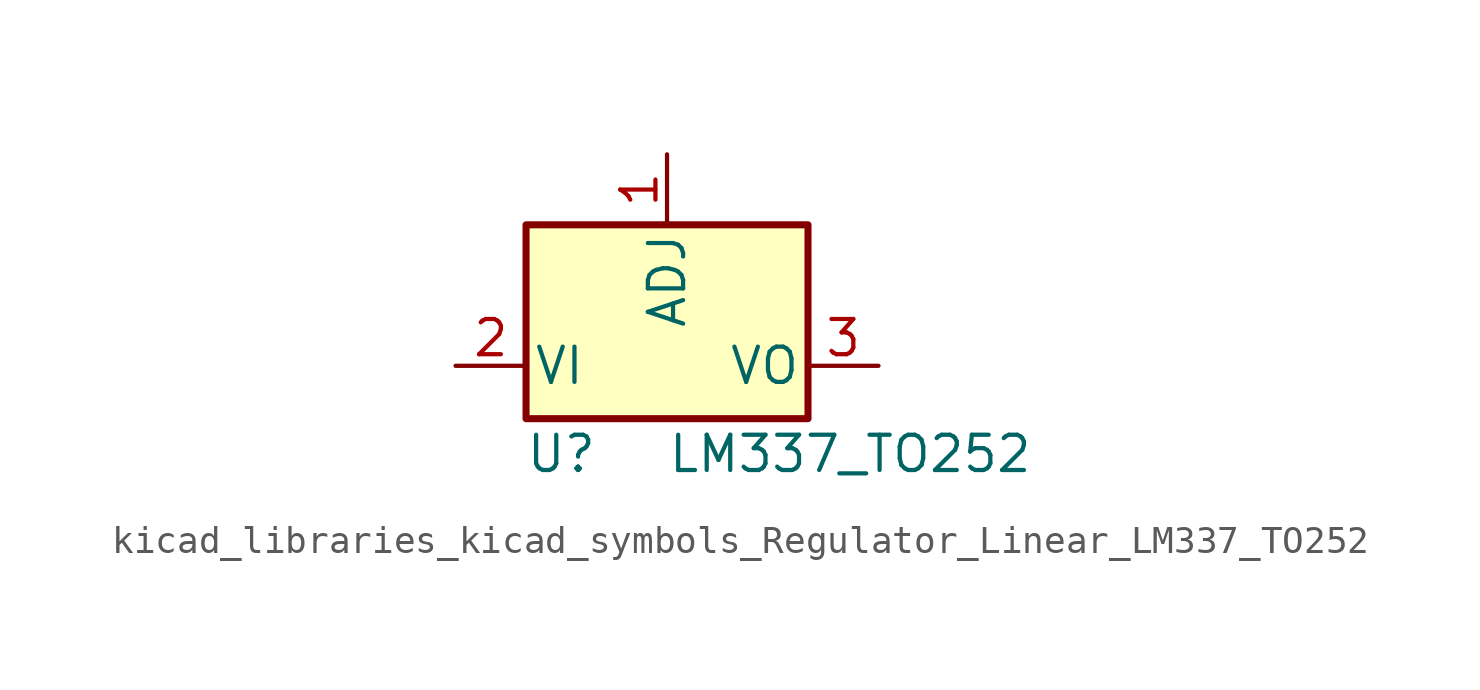
<source format=kicad_sym>
(kicad_symbol_lib
  (version 20220914)
  (generator kicad_symbol_editor)
  (symbol "kicad_libraries_kicad_symbols_Regulator_Linear_LM337_TO252"
    (pin_names
      (offset 0.254))
    (property "Reference" "U"
      (at -3.81 -3.175 0)
      (effects (font (size 1.27 1.27))))
    (property "Value" "LM337_TO252"
      (at 0 -3.175 0)
      (effects (font (size 1.27 1.27)) (justify left)))
    (symbol "kicad_libraries_kicad_symbols_Regulator_Linear_LM337_TO252_0_1"
      (rectangle (start -5.08 5.08) (end 5.08 -1.905) (stroke (width 0.254) (type default)) (fill (type background))))
    (symbol "kicad_libraries_kicad_symbols_Regulator_Linear_LM337_TO252_1_1"
      (pin input line (at 0 7.62 270) (length 2.54) (name "ADJ" (effects (font (size 1.27 1.27)))) (number "1" (effects (font (size 1.27 1.27)))))
      (pin power_in line (at -7.62 0 0) (length 2.54) (name "VI" (effects (font (size 1.27 1.27)))) (number "2" (effects (font (size 1.27 1.27)))))
      (pin power_out line (at 7.62 0 180) (length 2.54) (name "VO" (effects (font (size 1.27 1.27)))) (number "3" (effects (font (size 1.27 1.27))))))))
</source>
